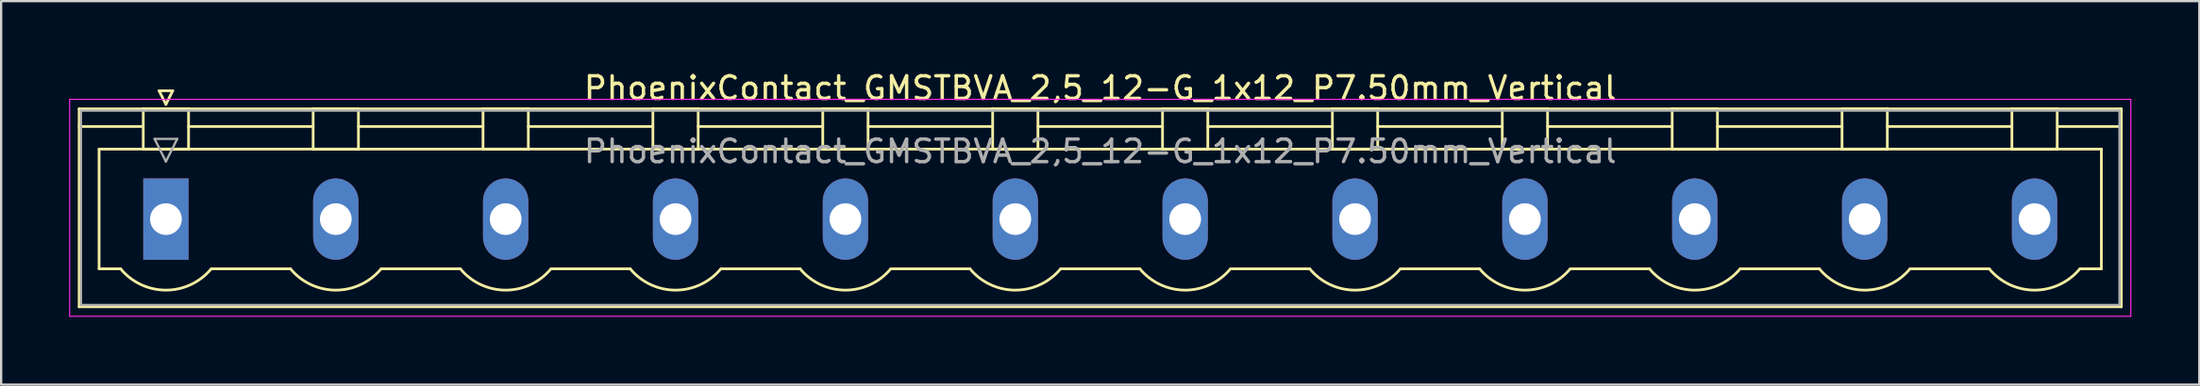
<source format=kicad_pcb>
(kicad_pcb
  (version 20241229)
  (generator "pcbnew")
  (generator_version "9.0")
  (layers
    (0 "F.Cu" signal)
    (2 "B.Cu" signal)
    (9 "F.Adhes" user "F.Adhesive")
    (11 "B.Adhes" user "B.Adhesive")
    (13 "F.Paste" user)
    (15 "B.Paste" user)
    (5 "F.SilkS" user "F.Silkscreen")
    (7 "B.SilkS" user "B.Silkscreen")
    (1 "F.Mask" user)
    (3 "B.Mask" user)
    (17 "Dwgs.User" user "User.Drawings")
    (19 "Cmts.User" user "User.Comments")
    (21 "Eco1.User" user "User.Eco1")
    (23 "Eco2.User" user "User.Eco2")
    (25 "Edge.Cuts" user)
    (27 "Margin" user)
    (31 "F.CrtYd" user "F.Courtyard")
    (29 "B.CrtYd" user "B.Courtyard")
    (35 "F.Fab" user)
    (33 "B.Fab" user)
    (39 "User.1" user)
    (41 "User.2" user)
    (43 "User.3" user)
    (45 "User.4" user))
  (footprint "PhoenixContact_GMSTBVA_2,5_12-G_1x12_P7.50mm_Vertical"
    (layer "F.Cu")
    (at 4.275 6.648)
    (property "Reference" "PhoenixContact_GMSTBVA_2,5_12-G_1x12_P7.50mm_Vertical" (at 41.25 -5.8 0) (layer "F.SilkS") (effects (font (size 1 1) (thickness 0.15))))
    (attr through_hole)
    (fp_line (start -3.83 -4.88) (end -3.83 3.88) (stroke (width 0.12) (type solid)) (layer "F.SilkS"))
    (fp_line (start -3.83 -4.1) (end -1.08 -4.1) (stroke (width 0.12) (type solid)) (layer "F.SilkS"))
    (fp_line (start -3.83 3.88) (end 86.33 3.88) (stroke (width 0.12) (type solid)) (layer "F.SilkS"))
    (fp_line (start -2.95 -3.1) (end 85.45 -3.1) (stroke (width 0.12) (type solid)) (layer "F.SilkS"))
    (fp_line (start -2.95 2.2) (end -2.95 -3.1) (stroke (width 0.12) (type solid)) (layer "F.SilkS"))
    (fp_line (start -2 2.2) (end -2.95 2.2) (stroke (width 0.12) (type solid)) (layer "F.SilkS"))
    (fp_line (start -1 -4.88) (end 1 -4.88) (stroke (width 0.12) (type solid)) (layer "F.SilkS"))
    (fp_line (start -1 -3.1) (end -1 -4.88) (stroke (width 0.12) (type solid)) (layer "F.SilkS"))
    (fp_line (start -0.3 -5.68) (end 0.3 -5.68) (stroke (width 0.12) (type solid)) (layer "F.SilkS"))
    (fp_line (start 0 -5.08) (end -0.3 -5.68) (stroke (width 0.12) (type solid)) (layer "F.SilkS"))
    (fp_line (start 0.3 -5.68) (end 0 -5.08) (stroke (width 0.12) (type solid)) (layer "F.SilkS"))
    (fp_line (start 1 -4.88) (end 1 -3.1) (stroke (width 0.12) (type solid)) (layer "F.SilkS"))
    (fp_line (start 1 -4.1) (end 6.5 -4.1) (stroke (width 0.12) (type solid)) (layer "F.SilkS"))
    (fp_line (start 1 -3.1) (end -1 -3.1) (stroke (width 0.12) (type solid)) (layer "F.SilkS"))
    (fp_line (start 2 2.2) (end 5.5 2.2) (stroke (width 0.12) (type solid)) (layer "F.SilkS"))
    (fp_line (start 6.5 -4.88) (end 8.5 -4.88) (stroke (width 0.12) (type solid)) (layer "F.SilkS"))
    (fp_line (start 6.5 -3.1) (end 6.5 -4.88) (stroke (width 0.12) (type solid)) (layer "F.SilkS"))
    (fp_line (start 8.5 -4.88) (end 8.5 -3.1) (stroke (width 0.12) (type solid)) (layer "F.SilkS"))
    (fp_line (start 8.5 -4.1) (end 14 -4.1) (stroke (width 0.12) (type solid)) (layer "F.SilkS"))
    (fp_line (start 8.5 -3.1) (end 6.5 -3.1) (stroke (width 0.12) (type solid)) (layer "F.SilkS"))
    (fp_line (start 9.5 2.2) (end 13 2.2) (stroke (width 0.12) (type solid)) (layer "F.SilkS"))
    (fp_line (start 14 -4.88) (end 16 -4.88) (stroke (width 0.12) (type solid)) (layer "F.SilkS"))
    (fp_line (start 14 -3.1) (end 14 -4.88) (stroke (width 0.12) (type solid)) (layer "F.SilkS"))
    (fp_line (start 16 -4.88) (end 16 -3.1) (stroke (width 0.12) (type solid)) (layer "F.SilkS"))
    (fp_line (start 16 -4.1) (end 21.5 -4.1) (stroke (width 0.12) (type solid)) (layer "F.SilkS"))
    (fp_line (start 16 -3.1) (end 14 -3.1) (stroke (width 0.12) (type solid)) (layer "F.SilkS"))
    (fp_line (start 17 2.2) (end 20.5 2.2) (stroke (width 0.12) (type solid)) (layer "F.SilkS"))
    (fp_line (start 21.5 -4.88) (end 23.5 -4.88) (stroke (width 0.12) (type solid)) (layer "F.SilkS"))
    (fp_line (start 21.5 -3.1) (end 21.5 -4.88) (stroke (width 0.12) (type solid)) (layer "F.SilkS"))
    (fp_line (start 23.5 -4.88) (end 23.5 -3.1) (stroke (width 0.12) (type solid)) (layer "F.SilkS"))
    (fp_line (start 23.5 -4.1) (end 29 -4.1) (stroke (width 0.12) (type solid)) (layer "F.SilkS"))
    (fp_line (start 23.5 -3.1) (end 21.5 -3.1) (stroke (width 0.12) (type solid)) (layer "F.SilkS"))
    (fp_line (start 24.5 2.2) (end 28 2.2) (stroke (width 0.12) (type solid)) (layer "F.SilkS"))
    (fp_line (start 29 -4.88) (end 31 -4.88) (stroke (width 0.12) (type solid)) (layer "F.SilkS"))
    (fp_line (start 29 -3.1) (end 29 -4.88) (stroke (width 0.12) (type solid)) (layer "F.SilkS"))
    (fp_line (start 31 -4.88) (end 31 -3.1) (stroke (width 0.12) (type solid)) (layer "F.SilkS"))
    (fp_line (start 31 -4.1) (end 36.5 -4.1) (stroke (width 0.12) (type solid)) (layer "F.SilkS"))
    (fp_line (start 31 -3.1) (end 29 -3.1) (stroke (width 0.12) (type solid)) (layer "F.SilkS"))
    (fp_line (start 32 2.2) (end 35.5 2.2) (stroke (width 0.12) (type solid)) (layer "F.SilkS"))
    (fp_line (start 36.5 -4.88) (end 38.5 -4.88) (stroke (width 0.12) (type solid)) (layer "F.SilkS"))
    (fp_line (start 36.5 -3.1) (end 36.5 -4.88) (stroke (width 0.12) (type solid)) (layer "F.SilkS"))
    (fp_line (start 38.5 -4.88) (end 38.5 -3.1) (stroke (width 0.12) (type solid)) (layer "F.SilkS"))
    (fp_line (start 38.5 -4.1) (end 44 -4.1) (stroke (width 0.12) (type solid)) (layer "F.SilkS"))
    (fp_line (start 38.5 -3.1) (end 36.5 -3.1) (stroke (width 0.12) (type solid)) (layer "F.SilkS"))
    (fp_line (start 39.5 2.2) (end 43 2.2) (stroke (width 0.12) (type solid)) (layer "F.SilkS"))
    (fp_line (start 44 -4.88) (end 46 -4.88) (stroke (width 0.12) (type solid)) (layer "F.SilkS"))
    (fp_line (start 44 -3.1) (end 44 -4.88) (stroke (width 0.12) (type solid)) (layer "F.SilkS"))
    (fp_line (start 46 -4.88) (end 46 -3.1) (stroke (width 0.12) (type solid)) (layer "F.SilkS"))
    (fp_line (start 46 -4.1) (end 51.5 -4.1) (stroke (width 0.12) (type solid)) (layer "F.SilkS"))
    (fp_line (start 46 -3.1) (end 44 -3.1) (stroke (width 0.12) (type solid)) (layer "F.SilkS"))
    (fp_line (start 47 2.2) (end 50.5 2.2) (stroke (width 0.12) (type solid)) (layer "F.SilkS"))
    (fp_line (start 51.5 -4.88) (end 53.5 -4.88) (stroke (width 0.12) (type solid)) (layer "F.SilkS"))
    (fp_line (start 51.5 -3.1) (end 51.5 -4.88) (stroke (width 0.12) (type solid)) (layer "F.SilkS"))
    (fp_line (start 53.5 -4.88) (end 53.5 -3.1) (stroke (width 0.12) (type solid)) (layer "F.SilkS"))
    (fp_line (start 53.5 -4.1) (end 59 -4.1) (stroke (width 0.12) (type solid)) (layer "F.SilkS"))
    (fp_line (start 53.5 -3.1) (end 51.5 -3.1) (stroke (width 0.12) (type solid)) (layer "F.SilkS"))
    (fp_line (start 54.5 2.2) (end 58 2.2) (stroke (width 0.12) (type solid)) (layer "F.SilkS"))
    (fp_line (start 59 -4.88) (end 61 -4.88) (stroke (width 0.12) (type solid)) (layer "F.SilkS"))
    (fp_line (start 59 -3.1) (end 59 -4.88) (stroke (width 0.12) (type solid)) (layer "F.SilkS"))
    (fp_line (start 61 -4.88) (end 61 -3.1) (stroke (width 0.12) (type solid)) (layer "F.SilkS"))
    (fp_line (start 61 -4.1) (end 66.5 -4.1) (stroke (width 0.12) (type solid)) (layer "F.SilkS"))
    (fp_line (start 61 -3.1) (end 59 -3.1) (stroke (width 0.12) (type solid)) (layer "F.SilkS"))
    (fp_line (start 62 2.2) (end 65.5 2.2) (stroke (width 0.12) (type solid)) (layer "F.SilkS"))
    (fp_line (start 66.5 -4.88) (end 68.5 -4.88) (stroke (width 0.12) (type solid)) (layer "F.SilkS"))
    (fp_line (start 66.5 -3.1) (end 66.5 -4.88) (stroke (width 0.12) (type solid)) (layer "F.SilkS"))
    (fp_line (start 68.5 -4.88) (end 68.5 -3.1) (stroke (width 0.12) (type solid)) (layer "F.SilkS"))
    (fp_line (start 68.5 -4.1) (end 74 -4.1) (stroke (width 0.12) (type solid)) (layer "F.SilkS"))
    (fp_line (start 68.5 -3.1) (end 66.5 -3.1) (stroke (width 0.12) (type solid)) (layer "F.SilkS"))
    (fp_line (start 69.5 2.2) (end 73 2.2) (stroke (width 0.12) (type solid)) (layer "F.SilkS"))
    (fp_line (start 74 -4.88) (end 76 -4.88) (stroke (width 0.12) (type solid)) (layer "F.SilkS"))
    (fp_line (start 74 -3.1) (end 74 -4.88) (stroke (width 0.12) (type solid)) (layer "F.SilkS"))
    (fp_line (start 76 -4.88) (end 76 -3.1) (stroke (width 0.12) (type solid)) (layer "F.SilkS"))
    (fp_line (start 76 -4.1) (end 81.5 -4.1) (stroke (width 0.12) (type solid)) (layer "F.SilkS"))
    (fp_line (start 76 -3.1) (end 74 -3.1) (stroke (width 0.12) (type solid)) (layer "F.SilkS"))
    (fp_line (start 77 2.2) (end 80.5 2.2) (stroke (width 0.12) (type solid)) (layer "F.SilkS"))
    (fp_line (start 81.5 -4.88) (end 83.5 -4.88) (stroke (width 0.12) (type solid)) (layer "F.SilkS"))
    (fp_line (start 81.5 -3.1) (end 81.5 -4.88) (stroke (width 0.12) (type solid)) (layer "F.SilkS"))
    (fp_line (start 83.5 -4.88) (end 83.5 -3.1) (stroke (width 0.12) (type solid)) (layer "F.SilkS"))
    (fp_line (start 83.5 -3.1) (end 81.5 -3.1) (stroke (width 0.12) (type solid)) (layer "F.SilkS"))
    (fp_line (start 85.45 -3.1) (end 85.45 2.2) (stroke (width 0.12) (type solid)) (layer "F.SilkS"))
    (fp_line (start 85.45 2.2) (end 84.5 2.2) (stroke (width 0.12) (type solid)) (layer "F.SilkS"))
    (fp_line (start 86.33 -4.88) (end -3.83 -4.88) (stroke (width 0.12) (type solid)) (layer "F.SilkS"))
    (fp_line (start 86.33 -4.1) (end 83.58 -4.1) (stroke (width 0.12) (type solid)) (layer "F.SilkS"))
    (fp_line (start 86.33 3.88) (end 86.33 -4.88) (stroke (width 0.12) (type solid)) (layer "F.SilkS"))
    (fp_arc (start 1.986842 2.215821) (mid -0.010289 3.142758) (end -2 2.2) (stroke (width 0.12) (type solid)) (layer "F.SilkS"))
    (fp_arc (start 9.486842 2.215821) (mid 7.489711 3.142758) (end 5.5 2.2) (stroke (width 0.12) (type solid)) (layer "F.SilkS"))
    (fp_arc (start 16.986842 2.215821) (mid 14.989711 3.142758) (end 13 2.2) (stroke (width 0.12) (type solid)) (layer "F.SilkS"))
    (fp_arc (start 24.486842 2.215821) (mid 22.489711 3.142758) (end 20.5 2.2) (stroke (width 0.12) (type solid)) (layer "F.SilkS"))
    (fp_arc (start 31.986842 2.215821) (mid 29.989711 3.142758) (end 28 2.2) (stroke (width 0.12) (type solid)) (layer "F.SilkS"))
    (fp_arc (start 39.486842 2.215821) (mid 37.489711 3.142758) (end 35.5 2.2) (stroke (width 0.12) (type solid)) (layer "F.SilkS"))
    (fp_arc (start 46.986842 2.215821) (mid 44.989711 3.142758) (end 43 2.2) (stroke (width 0.12) (type solid)) (layer "F.SilkS"))
    (fp_arc (start 54.486842 2.215821) (mid 52.489711 3.142758) (end 50.5 2.2) (stroke (width 0.12) (type solid)) (layer "F.SilkS"))
    (fp_arc (start 61.986842 2.215821) (mid 59.989711 3.142758) (end 58 2.2) (stroke (width 0.12) (type solid)) (layer "F.SilkS"))
    (fp_arc (start 69.486842 2.215821) (mid 67.489711 3.142758) (end 65.5 2.2) (stroke (width 0.12) (type solid)) (layer "F.SilkS"))
    (fp_arc (start 76.986842 2.215821) (mid 74.989711 3.142758) (end 73 2.2) (stroke (width 0.12) (type solid)) (layer "F.SilkS"))
    (fp_arc (start 84.486842 2.215821) (mid 82.489711 3.142758) (end 80.5 2.2) (stroke (width 0.12) (type solid)) (layer "F.SilkS"))
    (fp_line (start -4.25 -5.3) (end -4.25 4.3) (stroke (width 0.05) (type solid)) (layer "F.CrtYd"))
    (fp_line (start -4.25 4.3) (end 86.75 4.3) (stroke (width 0.05) (type solid)) (layer "F.CrtYd"))
    (fp_line (start 86.75 -5.3) (end -4.25 -5.3) (stroke (width 0.05) (type solid)) (layer "F.CrtYd"))
    (fp_line (start 86.75 4.3) (end 86.75 -5.3) (stroke (width 0.05) (type solid)) (layer "F.CrtYd"))
    (fp_line (start -3.75 -4.8) (end -3.75 3.8) (stroke (width 0.1) (type solid)) (layer "F.Fab"))
    (fp_line (start -3.75 3.8) (end 86.25 3.8) (stroke (width 0.1) (type solid)) (layer "F.Fab"))
    (fp_line (start -0.5 -3.55) (end 0.5 -3.55) (stroke (width 0.1) (type solid)) (layer "F.Fab"))
    (fp_line (start 0 -2.55) (end -0.5 -3.55) (stroke (width 0.1) (type solid)) (layer "F.Fab"))
    (fp_line (start 0.5 -3.55) (end 0 -2.55) (stroke (width 0.1) (type solid)) (layer "F.Fab"))
    (fp_line (start 86.25 -4.8) (end -3.75 -4.8) (stroke (width 0.1) (type solid)) (layer "F.Fab"))
    (fp_line (start 86.25 3.8) (end 86.25 -4.8) (stroke (width 0.1) (type solid)) (layer "F.Fab"))
    (fp_text user "${REFERENCE}" (at 41.25 -3 0) (layer "F.Fab") (effects (font (size 1 1) (thickness 0.15))))
    (pad "1" thru_hole rect (at 0 0) (size 2 3.6) (drill 1.4) (layers "*.Cu" "*.Mask"))
    (pad "2" thru_hole oval (at 7.5 0) (size 2 3.6) (drill 1.4) (layers "*.Cu" "*.Mask"))
    (pad "3" thru_hole oval (at 15 0) (size 2 3.6) (drill 1.4) (layers "*.Cu" "*.Mask"))
    (pad "4" thru_hole oval (at 22.5 0) (size 2 3.6) (drill 1.4) (layers "*.Cu" "*.Mask"))
    (pad "5" thru_hole oval (at 30 0) (size 2 3.6) (drill 1.4) (layers "*.Cu" "*.Mask"))
    (pad "6" thru_hole oval (at 37.5 0) (size 2 3.6) (drill 1.4) (layers "*.Cu" "*.Mask"))
    (pad "7" thru_hole oval (at 45 0) (size 2 3.6) (drill 1.4) (layers "*.Cu" "*.Mask"))
    (pad "8" thru_hole oval (at 52.5 0) (size 2 3.6) (drill 1.4) (layers "*.Cu" "*.Mask"))
    (pad "9" thru_hole oval (at 60 0) (size 2 3.6) (drill 1.4) (layers "*.Cu" "*.Mask"))
    (pad "10" thru_hole oval (at 67.5 0) (size 2 3.6) (drill 1.4) (layers "*.Cu" "*.Mask"))
    (pad "11" thru_hole oval (at 75 0) (size 2 3.6) (drill 1.4) (layers "*.Cu" "*.Mask"))
    (pad "12" thru_hole oval (at 82.5 0) (size 2 3.6) (drill 1.4) (layers "*.Cu" "*.Mask")))
  (gr_rect
    (start -3 -3)
    (end 94.05 13.973)
    (stroke (width 0.1) (type default))
    (fill no)
    (layer "Edge.Cuts")))
</source>
